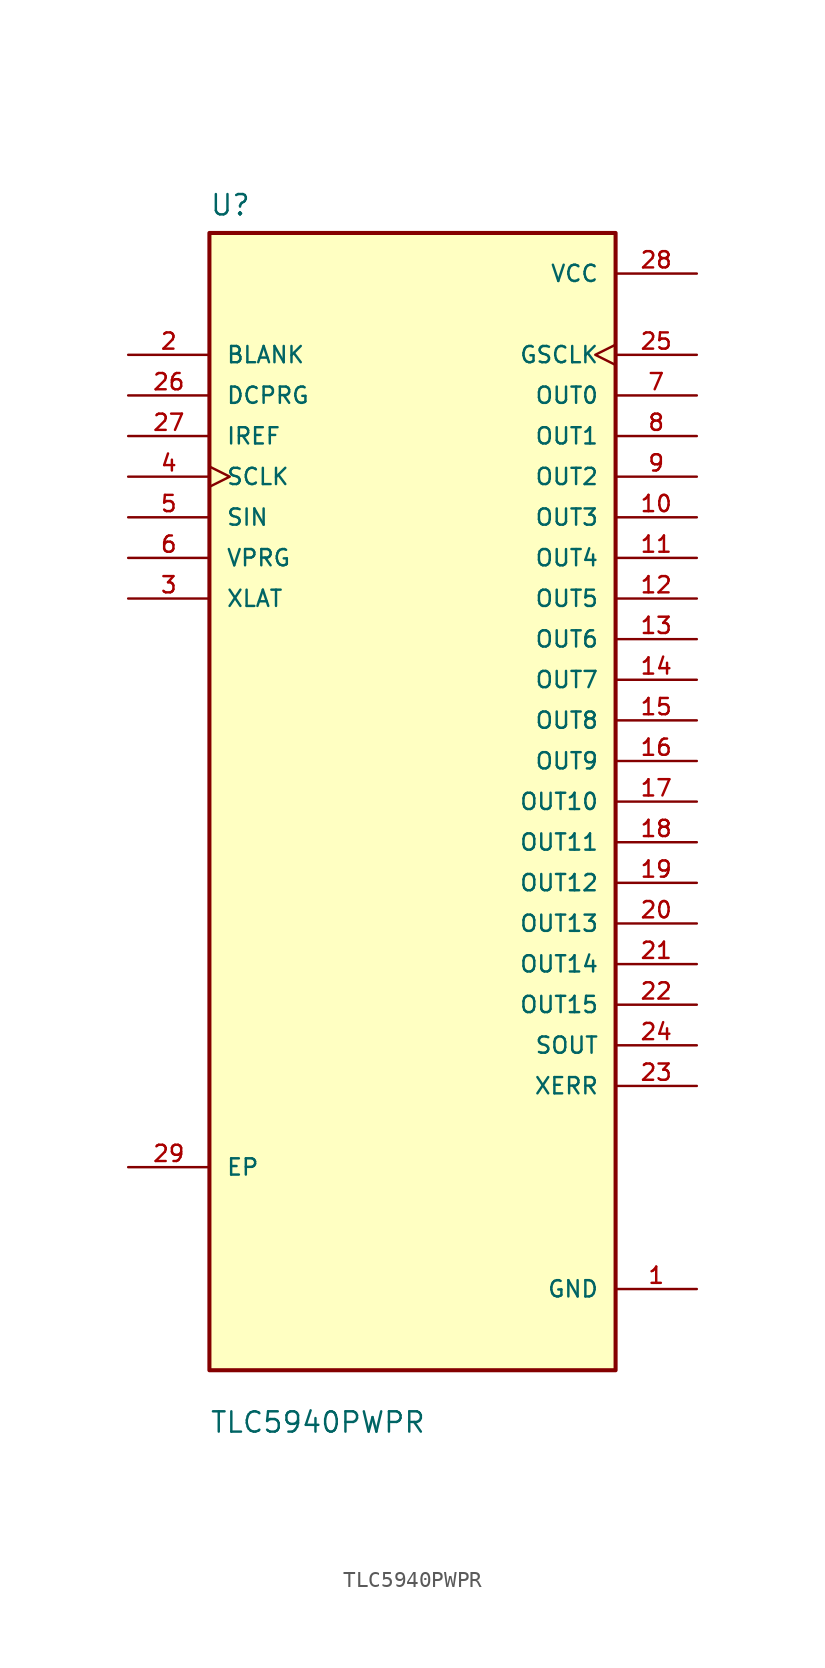
<source format=kicad_sym>
(kicad_symbol_lib
  (version 20231120)
  (generator "kicad_symbol_editor")
  (generator_version "8.0")
  (symbol "TLC5940PWPR"
    (pin_names
      (offset 1.016))
    (property "Reference" "U"
      (at -12.7 36.56 0)
      (effects (font (size 1.27 1.27)) (justify left bottom)))
    (property "Value" "TLC5940PWPR"
      (at -12.7 -39.56 0)
      (effects (font (size 1.27 1.27)) (justify left bottom)))
    (symbol "TLC5940PWPR_0_0"
      (pin power_in line (at 17.78 -30.48 180) (length 5.08) (name "GND" (effects (font (size 1.016 1.016)))) (number "1" (effects (font (size 1.016 1.016)))))
      (pin output line (at 17.78 17.78 180) (length 5.08) (name "OUT3" (effects (font (size 1.016 1.016)))) (number "10" (effects (font (size 1.016 1.016)))))
      (pin output line (at 17.78 15.24 180) (length 5.08) (name "OUT4" (effects (font (size 1.016 1.016)))) (number "11" (effects (font (size 1.016 1.016)))))
      (pin output line (at 17.78 12.7 180) (length 5.08) (name "OUT5" (effects (font (size 1.016 1.016)))) (number "12" (effects (font (size 1.016 1.016)))))
      (pin output line (at 17.78 10.16 180) (length 5.08) (name "OUT6" (effects (font (size 1.016 1.016)))) (number "13" (effects (font (size 1.016 1.016)))))
      (pin output line (at 17.78 7.62 180) (length 5.08) (name "OUT7" (effects (font (size 1.016 1.016)))) (number "14" (effects (font (size 1.016 1.016)))))
      (pin output line (at 17.78 5.08 180) (length 5.08) (name "OUT8" (effects (font (size 1.016 1.016)))) (number "15" (effects (font (size 1.016 1.016)))))
      (pin output line (at 17.78 2.54 180) (length 5.08) (name "OUT9" (effects (font (size 1.016 1.016)))) (number "16" (effects (font (size 1.016 1.016)))))
      (pin output line (at 17.78 0 180) (length 5.08) (name "OUT10" (effects (font (size 1.016 1.016)))) (number "17" (effects (font (size 1.016 1.016)))))
      (pin output line (at 17.78 -2.54 180) (length 5.08) (name "OUT11" (effects (font (size 1.016 1.016)))) (number "18" (effects (font (size 1.016 1.016)))))
      (pin output line (at 17.78 -5.08 180) (length 5.08) (name "OUT12" (effects (font (size 1.016 1.016)))) (number "19" (effects (font (size 1.016 1.016)))))
      (pin input line (at -17.78 27.94 0) (length 5.08) (name "BLANK" (effects (font (size 1.016 1.016)))) (number "2" (effects (font (size 1.016 1.016)))))
      (pin output line (at 17.78 -7.62 180) (length 5.08) (name "OUT13" (effects (font (size 1.016 1.016)))) (number "20" (effects (font (size 1.016 1.016)))))
      (pin output line (at 17.78 -10.16 180) (length 5.08) (name "OUT14" (effects (font (size 1.016 1.016)))) (number "21" (effects (font (size 1.016 1.016)))))
      (pin output line (at 17.78 -12.7 180) (length 5.08) (name "OUT15" (effects (font (size 1.016 1.016)))) (number "22" (effects (font (size 1.016 1.016)))))
      (pin output line (at 17.78 -17.78 180) (length 5.08) (name "XERR" (effects (font (size 1.016 1.016)))) (number "23" (effects (font (size 1.016 1.016)))))
      (pin output line (at 17.78 -15.24 180) (length 5.08) (name "SOUT" (effects (font (size 1.016 1.016)))) (number "24" (effects (font (size 1.016 1.016)))))
      (pin output clock (at 17.78 27.94 180) (length 5.08) (name "GSCLK" (effects (font (size 1.016 1.016)))) (number "25" (effects (font (size 1.016 1.016)))))
      (pin input line (at -17.78 25.4 0) (length 5.08) (name "DCPRG" (effects (font (size 1.016 1.016)))) (number "26" (effects (font (size 1.016 1.016)))))
      (pin input line (at -17.78 22.86 0) (length 5.08) (name "IREF" (effects (font (size 1.016 1.016)))) (number "27" (effects (font (size 1.016 1.016)))))
      (pin power_in line (at 17.78 33.02 180) (length 5.08) (name "VCC" (effects (font (size 1.016 1.016)))) (number "28" (effects (font (size 1.016 1.016)))))
      (pin bidirectional line (at -17.78 -22.86 0) (length 5.08) (name "EP" (effects (font (size 1.016 1.016)))) (number "29" (effects (font (size 1.016 1.016)))))
      (pin input line (at -17.78 12.7 0) (length 5.08) (name "XLAT" (effects (font (size 1.016 1.016)))) (number "3" (effects (font (size 1.016 1.016)))))
      (pin input clock (at -17.78 20.32 0) (length 5.08) (name "SCLK" (effects (font (size 1.016 1.016)))) (number "4" (effects (font (size 1.016 1.016)))))
      (pin input line (at -17.78 17.78 0) (length 5.08) (name "SIN" (effects (font (size 1.016 1.016)))) (number "5" (effects (font (size 1.016 1.016)))))
      (pin input line (at -17.78 15.24 0) (length 5.08) (name "VPRG" (effects (font (size 1.016 1.016)))) (number "6" (effects (font (size 1.016 1.016)))))
      (pin output line (at 17.78 25.4 180) (length 5.08) (name "OUT0" (effects (font (size 1.016 1.016)))) (number "7" (effects (font (size 1.016 1.016)))))
      (pin output line (at 17.78 22.86 180) (length 5.08) (name "OUT1" (effects (font (size 1.016 1.016)))) (number "8" (effects (font (size 1.016 1.016)))))
      (pin output line (at 17.78 20.32 180) (length 5.08) (name "OUT2" (effects (font (size 1.016 1.016)))) (number "9" (effects (font (size 1.016 1.016))))))
    (symbol "TLC5940PWPR_1_0"
      (rectangle (start -12.7 35.56) (end 12.7 -35.56) (stroke (width 0.254) (type default)) (fill (type background))))))
</source>
